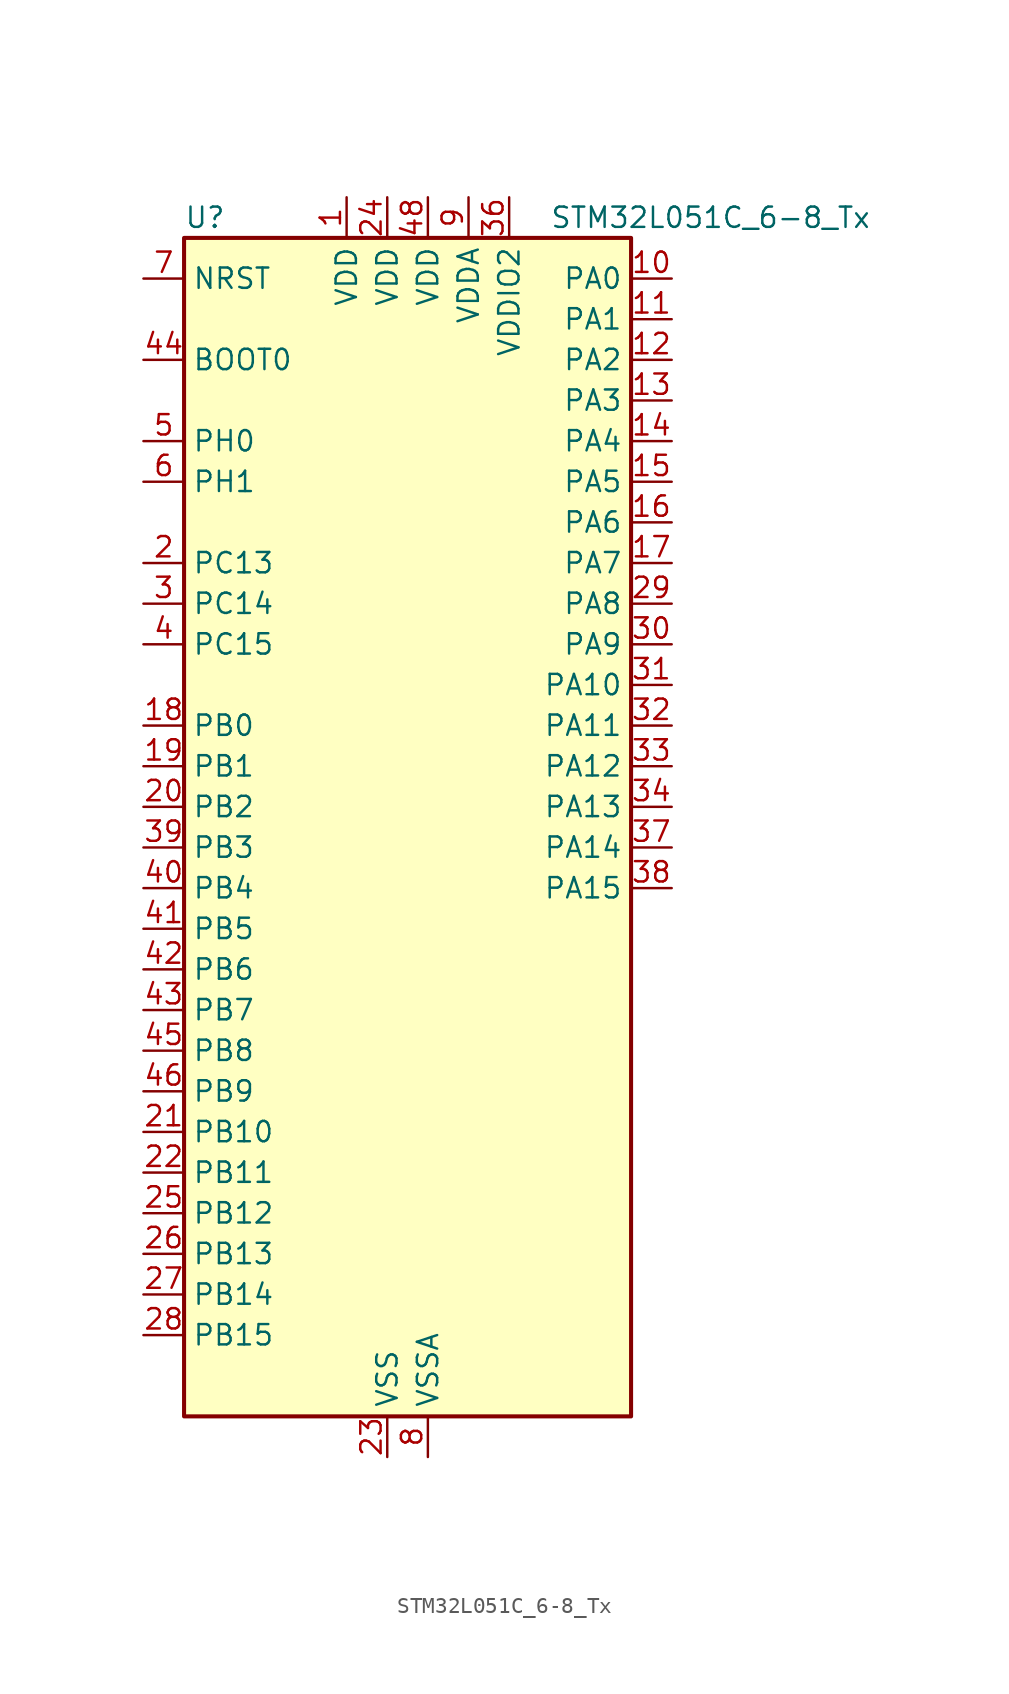
<source format=kicad_sym>
(kicad_symbol_lib
  (version 20231120)
  (generator "kicad_symbol_editor")
  (generator_version "8.0")
  (symbol "STM32L051C_6-8_Tx"
    (property "Reference" "U"
      (at -12.7 39.37 0)
      (effects (font (size 1.27 1.27)) (justify left)))
    (property "Value" "STM32L051C_6-8_Tx"
      (at 10.16 39.37 0)
      (effects (font (size 1.27 1.27)) (justify left)))
    (property "ki_locked" ""
      (at 0 0 0)
      (effects (font (size 1.27 1.27))))
    (symbol "STM32L051C_6-8_Tx_0_1"
      (rectangle (start -12.7 -35.56) (end 15.24 38.1) (stroke (width 0.254) (type default)) (fill (type background))))
    (symbol "STM32L051C_6-8_Tx_1_1"
      (pin power_in line (at -2.54 40.64 270) (length 2.54) (name "VDD" (effects (font (size 1.27 1.27)))) (number "1" (effects (font (size 1.27 1.27)))))
      (pin bidirectional line (at 17.78 35.56 180) (length 2.54) (name "PA0" (effects (font (size 1.27 1.27)))) (number "10" (effects (font (size 1.27 1.27)))) (alternate "ADC_IN0" bidirectional line) (alternate "COMP1_INM" bidirectional line) (alternate "COMP1_OUT" bidirectional line) (alternate "RTC_TAMP2" bidirectional line) (alternate "SYS_WKUP1" bidirectional line) (alternate "TIM2_CH1" bidirectional line) (alternate "TIM2_ETR" bidirectional line) (alternate "USART2_CTS" bidirectional line))
      (pin bidirectional line (at 17.78 33.02 180) (length 2.54) (name "PA1" (effects (font (size 1.27 1.27)))) (number "11" (effects (font (size 1.27 1.27)))) (alternate "ADC_IN1" bidirectional line) (alternate "COMP1_INP" bidirectional line) (alternate "TIM21_ETR" bidirectional line) (alternate "TIM2_CH2" bidirectional line) (alternate "USART2_DE" bidirectional line) (alternate "USART2_RTS" bidirectional line))
      (pin bidirectional line (at 17.78 30.48 180) (length 2.54) (name "PA2" (effects (font (size 1.27 1.27)))) (number "12" (effects (font (size 1.27 1.27)))) (alternate "ADC_IN2" bidirectional line) (alternate "COMP2_INM" bidirectional line) (alternate "COMP2_OUT" bidirectional line) (alternate "TIM21_CH1" bidirectional line) (alternate "TIM2_CH3" bidirectional line) (alternate "USART2_TX" bidirectional line))
      (pin bidirectional line (at 17.78 27.94 180) (length 2.54) (name "PA3" (effects (font (size 1.27 1.27)))) (number "13" (effects (font (size 1.27 1.27)))) (alternate "ADC_IN3" bidirectional line) (alternate "COMP2_INP" bidirectional line) (alternate "TIM21_CH2" bidirectional line) (alternate "TIM2_CH4" bidirectional line) (alternate "USART2_RX" bidirectional line))
      (pin bidirectional line (at 17.78 25.4 180) (length 2.54) (name "PA4" (effects (font (size 1.27 1.27)))) (number "14" (effects (font (size 1.27 1.27)))) (alternate "ADC_IN4" bidirectional line) (alternate "COMP1_INM" bidirectional line) (alternate "COMP2_INM" bidirectional line) (alternate "SPI1_NSS" bidirectional line) (alternate "TIM22_ETR" bidirectional line) (alternate "USART2_CK" bidirectional line))
      (pin bidirectional line (at 17.78 22.86 180) (length 2.54) (name "PA5" (effects (font (size 1.27 1.27)))) (number "15" (effects (font (size 1.27 1.27)))) (alternate "ADC_IN5" bidirectional line) (alternate "COMP1_INM" bidirectional line) (alternate "COMP2_INM" bidirectional line) (alternate "SPI1_SCK" bidirectional line) (alternate "TIM2_CH1" bidirectional line) (alternate "TIM2_ETR" bidirectional line))
      (pin bidirectional line (at 17.78 20.32 180) (length 2.54) (name "PA6" (effects (font (size 1.27 1.27)))) (number "16" (effects (font (size 1.27 1.27)))) (alternate "ADC_IN6" bidirectional line) (alternate "COMP1_OUT" bidirectional line) (alternate "LPUART1_CTS" bidirectional line) (alternate "SPI1_MISO" bidirectional line) (alternate "TIM22_CH1" bidirectional line))
      (pin bidirectional line (at 17.78 17.78 180) (length 2.54) (name "PA7" (effects (font (size 1.27 1.27)))) (number "17" (effects (font (size 1.27 1.27)))) (alternate "ADC_IN7" bidirectional line) (alternate "COMP2_OUT" bidirectional line) (alternate "SPI1_MOSI" bidirectional line) (alternate "TIM22_CH2" bidirectional line))
      (pin bidirectional line (at -15.24 7.62 0) (length 2.54) (name "PB0" (effects (font (size 1.27 1.27)))) (number "18" (effects (font (size 1.27 1.27)))) (alternate "ADC_IN8" bidirectional line) (alternate "SYS_VREF_OUT_PB0" bidirectional line))
      (pin bidirectional line (at -15.24 5.08 0) (length 2.54) (name "PB1" (effects (font (size 1.27 1.27)))) (number "19" (effects (font (size 1.27 1.27)))) (alternate "ADC_IN9" bidirectional line) (alternate "LPUART1_DE" bidirectional line) (alternate "LPUART1_RTS" bidirectional line) (alternate "SYS_VREF_OUT_PB1" bidirectional line))
      (pin bidirectional line (at -15.24 17.78 0) (length 2.54) (name "PC13" (effects (font (size 1.27 1.27)))) (number "2" (effects (font (size 1.27 1.27)))) (alternate "RTC_OUT_ALARM" bidirectional line) (alternate "RTC_OUT_CALIB" bidirectional line) (alternate "RTC_TAMP1" bidirectional line) (alternate "RTC_TS" bidirectional line) (alternate "SYS_WKUP2" bidirectional line))
      (pin bidirectional line (at -15.24 2.54 0) (length 2.54) (name "PB2" (effects (font (size 1.27 1.27)))) (number "20" (effects (font (size 1.27 1.27)))) (alternate "LPTIM1_OUT" bidirectional line))
      (pin bidirectional line (at -15.24 -17.78 0) (length 2.54) (name "PB10" (effects (font (size 1.27 1.27)))) (number "21" (effects (font (size 1.27 1.27)))) (alternate "I2C2_SCL" bidirectional line) (alternate "LPUART1_TX" bidirectional line) (alternate "SPI2_SCK" bidirectional line) (alternate "TIM2_CH3" bidirectional line))
      (pin bidirectional line (at -15.24 -20.32 0) (length 2.54) (name "PB11" (effects (font (size 1.27 1.27)))) (number "22" (effects (font (size 1.27 1.27)))) (alternate "ADC_EXTI11" bidirectional line) (alternate "I2C2_SDA" bidirectional line) (alternate "LPUART1_RX" bidirectional line) (alternate "TIM2_CH4" bidirectional line))
      (pin power_in line (at 0 -38.1 90) (length 2.54) (name "VSS" (effects (font (size 1.27 1.27)))) (number "23" (effects (font (size 1.27 1.27)))))
      (pin power_in line (at 0 40.64 270) (length 2.54) (name "VDD" (effects (font (size 1.27 1.27)))) (number "24" (effects (font (size 1.27 1.27)))))
      (pin bidirectional line (at -15.24 -22.86 0) (length 2.54) (name "PB12" (effects (font (size 1.27 1.27)))) (number "25" (effects (font (size 1.27 1.27)))) (alternate "I2S2_WS" bidirectional line) (alternate "LPUART1_DE" bidirectional line) (alternate "LPUART1_RTS" bidirectional line) (alternate "SPI2_NSS" bidirectional line))
      (pin bidirectional line (at -15.24 -25.4 0) (length 2.54) (name "PB13" (effects (font (size 1.27 1.27)))) (number "26" (effects (font (size 1.27 1.27)))) (alternate "I2C2_SCL" bidirectional line) (alternate "I2S2_CK" bidirectional line) (alternate "LPUART1_CTS" bidirectional line) (alternate "SPI2_SCK" bidirectional line) (alternate "TIM21_CH1" bidirectional line))
      (pin bidirectional line (at -15.24 -27.94 0) (length 2.54) (name "PB14" (effects (font (size 1.27 1.27)))) (number "27" (effects (font (size 1.27 1.27)))) (alternate "I2C2_SDA" bidirectional line) (alternate "I2S2_MCK" bidirectional line) (alternate "LPUART1_DE" bidirectional line) (alternate "LPUART1_RTS" bidirectional line) (alternate "RTC_OUT_ALARM" bidirectional line) (alternate "RTC_OUT_CALIB" bidirectional line) (alternate "SPI2_MISO" bidirectional line) (alternate "TIM21_CH2" bidirectional line))
      (pin bidirectional line (at -15.24 -30.48 0) (length 2.54) (name "PB15" (effects (font (size 1.27 1.27)))) (number "28" (effects (font (size 1.27 1.27)))) (alternate "I2S2_SD" bidirectional line) (alternate "RTC_REFIN" bidirectional line) (alternate "SPI2_MOSI" bidirectional line))
      (pin bidirectional line (at 17.78 15.24 180) (length 2.54) (name "PA8" (effects (font (size 1.27 1.27)))) (number "29" (effects (font (size 1.27 1.27)))) (alternate "RCC_MCO" bidirectional line) (alternate "USART1_CK" bidirectional line))
      (pin bidirectional line (at -15.24 15.24 0) (length 2.54) (name "PC14" (effects (font (size 1.27 1.27)))) (number "3" (effects (font (size 1.27 1.27)))) (alternate "RCC_OSC32_IN" bidirectional line))
      (pin bidirectional line (at 17.78 12.7 180) (length 2.54) (name "PA9" (effects (font (size 1.27 1.27)))) (number "30" (effects (font (size 1.27 1.27)))) (alternate "RCC_MCO" bidirectional line) (alternate "USART1_TX" bidirectional line))
      (pin bidirectional line (at 17.78 10.16 180) (length 2.54) (name "PA10" (effects (font (size 1.27 1.27)))) (number "31" (effects (font (size 1.27 1.27)))) (alternate "USART1_RX" bidirectional line))
      (pin bidirectional line (at 17.78 7.62 180) (length 2.54) (name "PA11" (effects (font (size 1.27 1.27)))) (number "32" (effects (font (size 1.27 1.27)))) (alternate "ADC_EXTI11" bidirectional line) (alternate "COMP1_OUT" bidirectional line) (alternate "SPI1_MISO" bidirectional line) (alternate "USART1_CTS" bidirectional line))
      (pin bidirectional line (at 17.78 5.08 180) (length 2.54) (name "PA12" (effects (font (size 1.27 1.27)))) (number "33" (effects (font (size 1.27 1.27)))) (alternate "COMP2_OUT" bidirectional line) (alternate "SPI1_MOSI" bidirectional line) (alternate "USART1_DE" bidirectional line) (alternate "USART1_RTS" bidirectional line))
      (pin bidirectional line (at 17.78 2.54 180) (length 2.54) (name "PA13" (effects (font (size 1.27 1.27)))) (number "34" (effects (font (size 1.27 1.27)))) (alternate "SYS_SWDIO" bidirectional line))
      (pin passive line (at 0 -38.1 90) (length 2.54) hide (name "VSS" (effects (font (size 1.27 1.27)))) (number "35" (effects (font (size 1.27 1.27)))))
      (pin power_in line (at 7.62 40.64 270) (length 2.54) (name "VDDIO2" (effects (font (size 1.27 1.27)))) (number "36" (effects (font (size 1.27 1.27)))))
      (pin bidirectional line (at 17.78 0 180) (length 2.54) (name "PA14" (effects (font (size 1.27 1.27)))) (number "37" (effects (font (size 1.27 1.27)))) (alternate "SYS_SWCLK" bidirectional line) (alternate "USART2_TX" bidirectional line))
      (pin bidirectional line (at 17.78 -2.54 180) (length 2.54) (name "PA15" (effects (font (size 1.27 1.27)))) (number "38" (effects (font (size 1.27 1.27)))) (alternate "SPI1_NSS" bidirectional line) (alternate "TIM2_CH1" bidirectional line) (alternate "TIM2_ETR" bidirectional line) (alternate "USART2_RX" bidirectional line))
      (pin bidirectional line (at -15.24 0 0) (length 2.54) (name "PB3" (effects (font (size 1.27 1.27)))) (number "39" (effects (font (size 1.27 1.27)))) (alternate "COMP2_INM" bidirectional line) (alternate "SPI1_SCK" bidirectional line) (alternate "TIM2_CH2" bidirectional line))
      (pin bidirectional line (at -15.24 12.7 0) (length 2.54) (name "PC15" (effects (font (size 1.27 1.27)))) (number "4" (effects (font (size 1.27 1.27)))) (alternate "RCC_OSC32_OUT" bidirectional line))
      (pin bidirectional line (at -15.24 -2.54 0) (length 2.54) (name "PB4" (effects (font (size 1.27 1.27)))) (number "40" (effects (font (size 1.27 1.27)))) (alternate "COMP2_INP" bidirectional line) (alternate "SPI1_MISO" bidirectional line) (alternate "TIM22_CH1" bidirectional line))
      (pin bidirectional line (at -15.24 -5.08 0) (length 2.54) (name "PB5" (effects (font (size 1.27 1.27)))) (number "41" (effects (font (size 1.27 1.27)))) (alternate "COMP2_INP" bidirectional line) (alternate "I2C1_SMBA" bidirectional line) (alternate "LPTIM1_IN1" bidirectional line) (alternate "SPI1_MOSI" bidirectional line) (alternate "TIM22_CH2" bidirectional line))
      (pin bidirectional line (at -15.24 -7.62 0) (length 2.54) (name "PB6" (effects (font (size 1.27 1.27)))) (number "42" (effects (font (size 1.27 1.27)))) (alternate "COMP2_INP" bidirectional line) (alternate "I2C1_SCL" bidirectional line) (alternate "LPTIM1_ETR" bidirectional line) (alternate "USART1_TX" bidirectional line))
      (pin bidirectional line (at -15.24 -10.16 0) (length 2.54) (name "PB7" (effects (font (size 1.27 1.27)))) (number "43" (effects (font (size 1.27 1.27)))) (alternate "COMP2_INP" bidirectional line) (alternate "I2C1_SDA" bidirectional line) (alternate "LPTIM1_IN2" bidirectional line) (alternate "SYS_PVD_IN" bidirectional line) (alternate "USART1_RX" bidirectional line))
      (pin input line (at -15.24 30.48 0) (length 2.54) (name "BOOT0" (effects (font (size 1.27 1.27)))) (number "44" (effects (font (size 1.27 1.27)))))
      (pin bidirectional line (at -15.24 -12.7 0) (length 2.54) (name "PB8" (effects (font (size 1.27 1.27)))) (number "45" (effects (font (size 1.27 1.27)))) (alternate "I2C1_SCL" bidirectional line))
      (pin bidirectional line (at -15.24 -15.24 0) (length 2.54) (name "PB9" (effects (font (size 1.27 1.27)))) (number "46" (effects (font (size 1.27 1.27)))) (alternate "I2C1_SDA" bidirectional line) (alternate "I2S2_WS" bidirectional line) (alternate "SPI2_NSS" bidirectional line))
      (pin passive line (at 0 -38.1 90) (length 2.54) hide (name "VSS" (effects (font (size 1.27 1.27)))) (number "47" (effects (font (size 1.27 1.27)))))
      (pin power_in line (at 2.54 40.64 270) (length 2.54) (name "VDD" (effects (font (size 1.27 1.27)))) (number "48" (effects (font (size 1.27 1.27)))))
      (pin bidirectional line (at -15.24 25.4 0) (length 2.54) (name "PH0" (effects (font (size 1.27 1.27)))) (number "5" (effects (font (size 1.27 1.27)))) (alternate "RCC_OSC_IN" bidirectional line))
      (pin bidirectional line (at -15.24 22.86 0) (length 2.54) (name "PH1" (effects (font (size 1.27 1.27)))) (number "6" (effects (font (size 1.27 1.27)))) (alternate "RCC_OSC_OUT" bidirectional line))
      (pin input line (at -15.24 35.56 0) (length 2.54) (name "NRST" (effects (font (size 1.27 1.27)))) (number "7" (effects (font (size 1.27 1.27)))))
      (pin power_in line (at 2.54 -38.1 90) (length 2.54) (name "VSSA" (effects (font (size 1.27 1.27)))) (number "8" (effects (font (size 1.27 1.27)))))
      (pin power_in line (at 5.08 40.64 270) (length 2.54) (name "VDDA" (effects (font (size 1.27 1.27)))) (number "9" (effects (font (size 1.27 1.27))))))))
</source>
